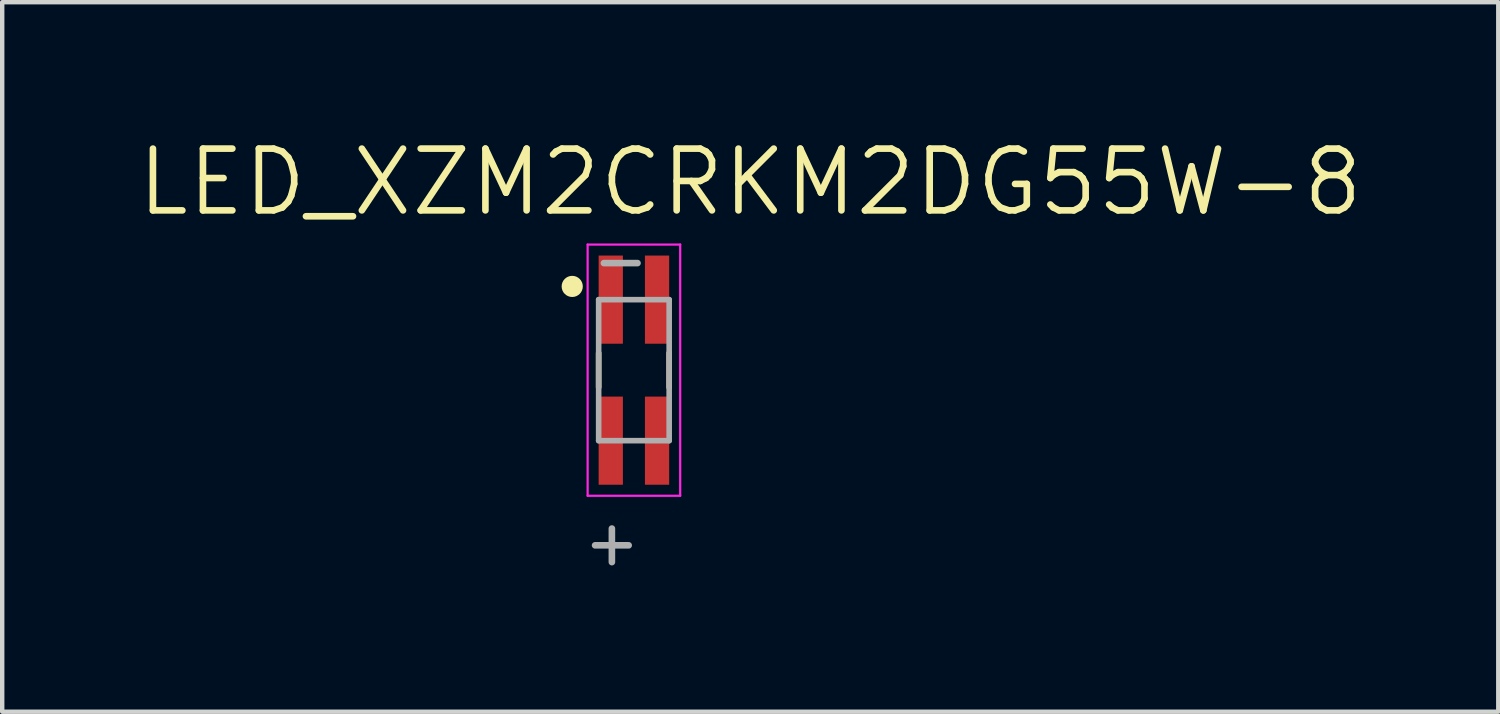
<source format=kicad_pcb>
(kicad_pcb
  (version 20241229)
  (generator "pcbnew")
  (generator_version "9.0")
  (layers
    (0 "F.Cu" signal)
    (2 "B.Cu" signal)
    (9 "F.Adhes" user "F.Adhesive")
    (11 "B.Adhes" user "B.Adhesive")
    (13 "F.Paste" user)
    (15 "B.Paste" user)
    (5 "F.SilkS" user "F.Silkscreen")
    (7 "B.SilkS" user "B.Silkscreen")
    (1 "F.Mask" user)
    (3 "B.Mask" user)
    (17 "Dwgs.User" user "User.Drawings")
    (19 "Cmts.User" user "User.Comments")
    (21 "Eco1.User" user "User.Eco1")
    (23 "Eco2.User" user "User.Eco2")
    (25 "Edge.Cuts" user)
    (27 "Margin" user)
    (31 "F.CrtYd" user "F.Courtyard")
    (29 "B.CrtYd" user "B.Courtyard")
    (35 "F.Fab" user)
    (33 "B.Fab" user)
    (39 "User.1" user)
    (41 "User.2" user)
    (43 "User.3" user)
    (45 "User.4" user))
  (footprint "LED_XZM2CRKM2DG55W-8"
    (layer "F.Cu")
    (at 11.334 5.349)
    (property "Reference" "LED_XZM2CRKM2DG55W-8" (at 2.639 -4.266 0) (layer "F.SilkS") (effects (font (size 1.402 1.402) (thickness 0.15))))
    (attr smd)
    (fp_line (start -0.8 0.39) (end -0.8 -0.39) (stroke (width 0.127) (type solid)) (layer "F.SilkS"))
    (fp_line (start 0.8 0.39) (end 0.8 -0.39) (stroke (width 0.127) (type solid)) (layer "F.SilkS"))
    (fp_circle (center -1.4 -1.9) (end -1.28 -1.9) (stroke (width 0.24) (type solid)) (fill no) (layer "F.SilkS"))
    (fp_line (start -1.05 -2.85) (end 1.05 -2.85) (stroke (width 0.05) (type solid)) (layer "F.CrtYd"))
    (fp_line (start -1.05 2.85) (end -1.05 -2.85) (stroke (width 0.05) (type solid)) (layer "F.CrtYd"))
    (fp_line (start 1.05 -2.85) (end 1.05 2.85) (stroke (width 0.05) (type solid)) (layer "F.CrtYd"))
    (fp_line (start 1.05 2.85) (end -1.05 2.85) (stroke (width 0.05) (type solid)) (layer "F.CrtYd"))
    (fp_line (start -0.8 -1.6) (end 0.8 -1.6) (stroke (width 0.127) (type solid)) (layer "F.Fab"))
    (fp_line (start -0.8 1.6) (end -0.8 -1.6) (stroke (width 0.127) (type solid)) (layer "F.Fab"))
    (fp_line (start 0.8 -1.6) (end 0.8 1.6) (stroke (width 0.127) (type solid)) (layer "F.Fab"))
    (fp_line (start 0.8 1.6) (end -0.8 1.6) (stroke (width 0.127) (type solid)) (layer "F.Fab"))
    (fp_text user "+" (at -0.5 3.901 0) (layer "F.Fab") (effects (font (size 1 1) (thickness 0.15))))
    (fp_text user "-" (at -0.3 -2.503 0) (layer "F.Fab") (effects (font (size 1.001 1.001) (thickness 0.15))))
    (pad "1" smd rect (at -0.525 -1.6) (size 0.55 2) (layers "F.Cu" "F.Mask" "F.Paste"))
    (pad "2" smd rect (at -0.525 1.6) (size 0.55 2) (layers "F.Cu" "F.Mask" "F.Paste"))
    (pad "3" smd rect (at 0.525 -1.6) (size 0.55 2) (layers "F.Cu" "F.Mask" "F.Paste"))
    (pad "4" smd rect (at 0.525 1.6) (size 0.55 2) (layers "F.Cu" "F.Mask" "F.Paste")))
  (gr_rect
    (start -3 -3)
    (end 30.947 13.099)
    (stroke (width 0.1) (type default))
    (fill no)
    (layer "Edge.Cuts")))
</source>
